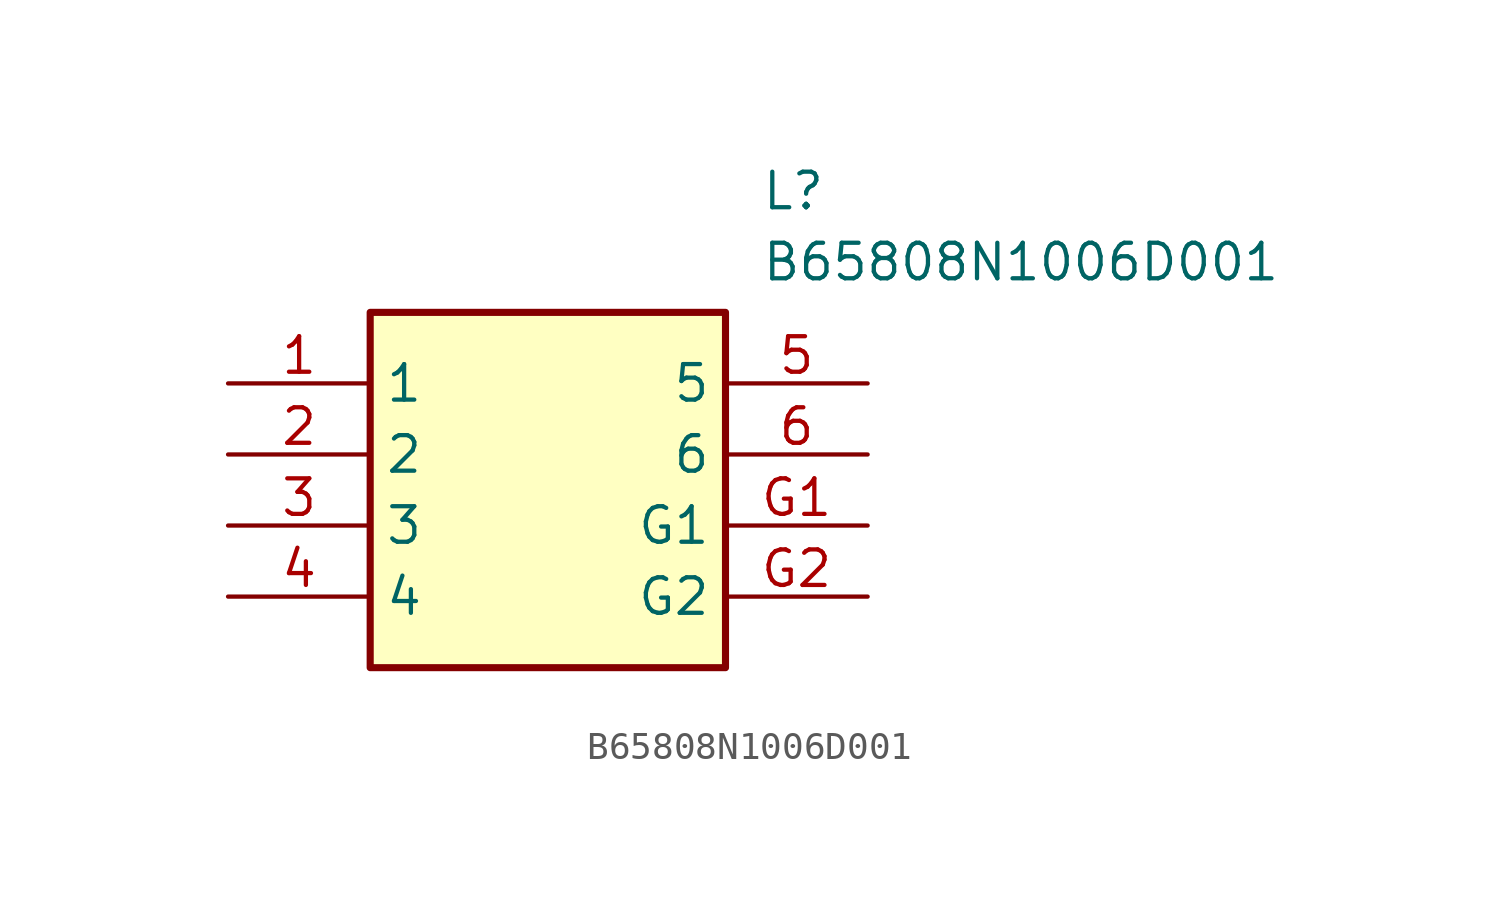
<source format=kicad_sym>
(kicad_symbol_lib
  (version 20220914)
  (generator kicad_symbol_editor)
  (symbol "B65808N1006D001"
    (property "Reference" "L"
      (at 19.05 7.62 0)
      (effects (font (size 1.27 1.27)) (justify left top)))
    (property "Value" "B65808N1006D001"
      (at 19.05 5.08 0)
      (effects (font (size 1.27 1.27)) (justify left top)))
    (symbol "B65808N1006D001_1_1"
      (rectangle (start 5.08 2.54) (end 17.78 -10.16) (stroke (width 0.254) (type default)) (fill (type background)))
      (pin passive line (at 0 0 0) (length 5.08) (name "1" (effects (font (size 1.27 1.27)))) (number "1" (effects (font (size 1.27 1.27)))))
      (pin passive line (at 0 -2.54 0) (length 5.08) (name "2" (effects (font (size 1.27 1.27)))) (number "2" (effects (font (size 1.27 1.27)))))
      (pin passive line (at 0 -5.08 0) (length 5.08) (name "3" (effects (font (size 1.27 1.27)))) (number "3" (effects (font (size 1.27 1.27)))))
      (pin passive line (at 0 -7.62 0) (length 5.08) (name "4" (effects (font (size 1.27 1.27)))) (number "4" (effects (font (size 1.27 1.27)))))
      (pin passive line (at 22.86 0 180) (length 5.08) (name "5" (effects (font (size 1.27 1.27)))) (number "5" (effects (font (size 1.27 1.27)))))
      (pin passive line (at 22.86 -2.54 180) (length 5.08) (name "6" (effects (font (size 1.27 1.27)))) (number "6" (effects (font (size 1.27 1.27)))))
      (pin passive line (at 22.86 -5.08 180) (length 5.08) (name "G1" (effects (font (size 1.27 1.27)))) (number "G1" (effects (font (size 1.27 1.27)))))
      (pin passive line (at 22.86 -7.62 180) (length 5.08) (name "G2" (effects (font (size 1.27 1.27)))) (number "G2" (effects (font (size 1.27 1.27))))))))
</source>
